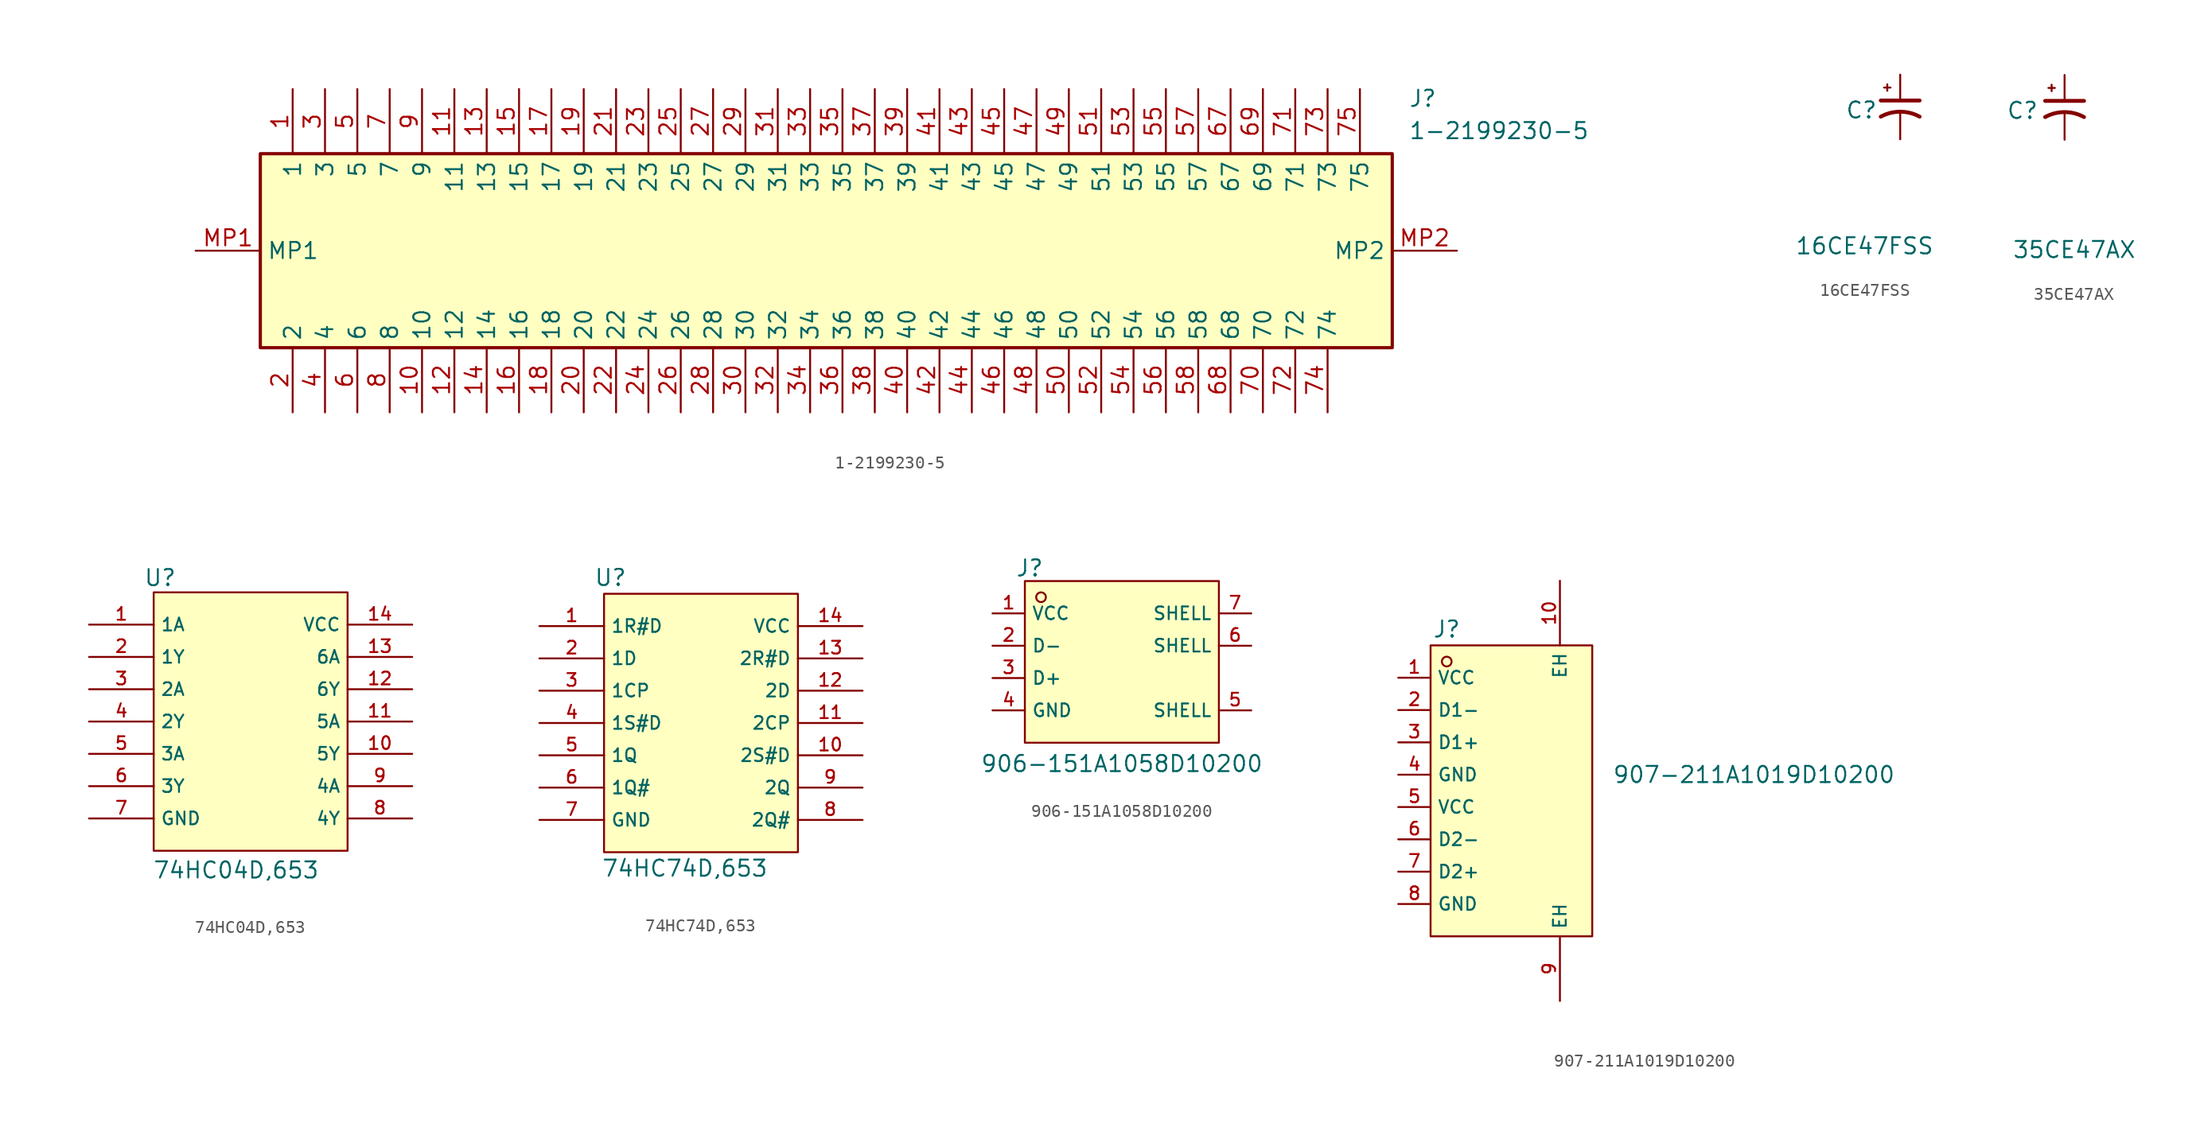
<source format=kicad_sym>
(kicad_symbol_lib
  (version 20241209)
  (generator "kicad_symbol_editor")
  (generator_version "9.0")
  (symbol "1-2199230-5"
    (property "Reference" "J"
      (at 95.25 12.7 0)
      (effects (font (size 1.27 1.27)) (justify left top)))
    (property "Value" "1-2199230-5"
      (at 95.25 10.16 0)
      (effects (font (size 1.27 1.27)) (justify left top)))
    (symbol "1-2199230-5_1_1"
      (rectangle (start 5.08 7.62) (end 93.98 -7.62) (stroke (width 0.254) (type default)) (fill (type background)))
      (pin passive line (at 0 0 0) (length 5.08) (name "MP1" (effects (font (size 1.27 1.27)))) (number "MP1" (effects (font (size 1.27 1.27)))))
      (pin passive line (at 7.62 12.7 270) (length 5.08) (name "1" (effects (font (size 1.27 1.27)))) (number "1" (effects (font (size 1.27 1.27)))))
      (pin passive line (at 7.62 -12.7 90) (length 5.08) (name "2" (effects (font (size 1.27 1.27)))) (number "2" (effects (font (size 1.27 1.27)))))
      (pin passive line (at 10.16 12.7 270) (length 5.08) (name "3" (effects (font (size 1.27 1.27)))) (number "3" (effects (font (size 1.27 1.27)))))
      (pin passive line (at 10.16 -12.7 90) (length 5.08) (name "4" (effects (font (size 1.27 1.27)))) (number "4" (effects (font (size 1.27 1.27)))))
      (pin passive line (at 12.7 12.7 270) (length 5.08) (name "5" (effects (font (size 1.27 1.27)))) (number "5" (effects (font (size 1.27 1.27)))))
      (pin passive line (at 12.7 -12.7 90) (length 5.08) (name "6" (effects (font (size 1.27 1.27)))) (number "6" (effects (font (size 1.27 1.27)))))
      (pin passive line (at 15.24 12.7 270) (length 5.08) (name "7" (effects (font (size 1.27 1.27)))) (number "7" (effects (font (size 1.27 1.27)))))
      (pin passive line (at 15.24 -12.7 90) (length 5.08) (name "8" (effects (font (size 1.27 1.27)))) (number "8" (effects (font (size 1.27 1.27)))))
      (pin passive line (at 17.78 12.7 270) (length 5.08) (name "9" (effects (font (size 1.27 1.27)))) (number "9" (effects (font (size 1.27 1.27)))))
      (pin passive line (at 17.78 -12.7 90) (length 5.08) (name "10" (effects (font (size 1.27 1.27)))) (number "10" (effects (font (size 1.27 1.27)))))
      (pin passive line (at 20.32 12.7 270) (length 5.08) (name "11" (effects (font (size 1.27 1.27)))) (number "11" (effects (font (size 1.27 1.27)))))
      (pin passive line (at 20.32 -12.7 90) (length 5.08) (name "12" (effects (font (size 1.27 1.27)))) (number "12" (effects (font (size 1.27 1.27)))))
      (pin passive line (at 22.86 12.7 270) (length 5.08) (name "13" (effects (font (size 1.27 1.27)))) (number "13" (effects (font (size 1.27 1.27)))))
      (pin passive line (at 22.86 -12.7 90) (length 5.08) (name "14" (effects (font (size 1.27 1.27)))) (number "14" (effects (font (size 1.27 1.27)))))
      (pin passive line (at 25.4 12.7 270) (length 5.08) (name "15" (effects (font (size 1.27 1.27)))) (number "15" (effects (font (size 1.27 1.27)))))
      (pin passive line (at 25.4 -12.7 90) (length 5.08) (name "16" (effects (font (size 1.27 1.27)))) (number "16" (effects (font (size 1.27 1.27)))))
      (pin passive line (at 27.94 12.7 270) (length 5.08) (name "17" (effects (font (size 1.27 1.27)))) (number "17" (effects (font (size 1.27 1.27)))))
      (pin passive line (at 27.94 -12.7 90) (length 5.08) (name "18" (effects (font (size 1.27 1.27)))) (number "18" (effects (font (size 1.27 1.27)))))
      (pin passive line (at 30.48 12.7 270) (length 5.08) (name "19" (effects (font (size 1.27 1.27)))) (number "19" (effects (font (size 1.27 1.27)))))
      (pin passive line (at 30.48 -12.7 90) (length 5.08) (name "20" (effects (font (size 1.27 1.27)))) (number "20" (effects (font (size 1.27 1.27)))))
      (pin passive line (at 33.02 12.7 270) (length 5.08) (name "21" (effects (font (size 1.27 1.27)))) (number "21" (effects (font (size 1.27 1.27)))))
      (pin passive line (at 33.02 -12.7 90) (length 5.08) (name "22" (effects (font (size 1.27 1.27)))) (number "22" (effects (font (size 1.27 1.27)))))
      (pin passive line (at 35.56 12.7 270) (length 5.08) (name "23" (effects (font (size 1.27 1.27)))) (number "23" (effects (font (size 1.27 1.27)))))
      (pin passive line (at 35.56 -12.7 90) (length 5.08) (name "24" (effects (font (size 1.27 1.27)))) (number "24" (effects (font (size 1.27 1.27)))))
      (pin passive line (at 38.1 12.7 270) (length 5.08) (name "25" (effects (font (size 1.27 1.27)))) (number "25" (effects (font (size 1.27 1.27)))))
      (pin passive line (at 38.1 -12.7 90) (length 5.08) (name "26" (effects (font (size 1.27 1.27)))) (number "26" (effects (font (size 1.27 1.27)))))
      (pin passive line (at 40.64 12.7 270) (length 5.08) (name "27" (effects (font (size 1.27 1.27)))) (number "27" (effects (font (size 1.27 1.27)))))
      (pin passive line (at 40.64 -12.7 90) (length 5.08) (name "28" (effects (font (size 1.27 1.27)))) (number "28" (effects (font (size 1.27 1.27)))))
      (pin passive line (at 43.18 12.7 270) (length 5.08) (name "29" (effects (font (size 1.27 1.27)))) (number "29" (effects (font (size 1.27 1.27)))))
      (pin passive line (at 43.18 -12.7 90) (length 5.08) (name "30" (effects (font (size 1.27 1.27)))) (number "30" (effects (font (size 1.27 1.27)))))
      (pin passive line (at 45.72 12.7 270) (length 5.08) (name "31" (effects (font (size 1.27 1.27)))) (number "31" (effects (font (size 1.27 1.27)))))
      (pin passive line (at 45.72 -12.7 90) (length 5.08) (name "32" (effects (font (size 1.27 1.27)))) (number "32" (effects (font (size 1.27 1.27)))))
      (pin passive line (at 48.26 12.7 270) (length 5.08) (name "33" (effects (font (size 1.27 1.27)))) (number "33" (effects (font (size 1.27 1.27)))))
      (pin passive line (at 48.26 -12.7 90) (length 5.08) (name "34" (effects (font (size 1.27 1.27)))) (number "34" (effects (font (size 1.27 1.27)))))
      (pin passive line (at 50.8 12.7 270) (length 5.08) (name "35" (effects (font (size 1.27 1.27)))) (number "35" (effects (font (size 1.27 1.27)))))
      (pin passive line (at 50.8 -12.7 90) (length 5.08) (name "36" (effects (font (size 1.27 1.27)))) (number "36" (effects (font (size 1.27 1.27)))))
      (pin passive line (at 53.34 12.7 270) (length 5.08) (name "37" (effects (font (size 1.27 1.27)))) (number "37" (effects (font (size 1.27 1.27)))))
      (pin passive line (at 53.34 -12.7 90) (length 5.08) (name "38" (effects (font (size 1.27 1.27)))) (number "38" (effects (font (size 1.27 1.27)))))
      (pin passive line (at 55.88 12.7 270) (length 5.08) (name "39" (effects (font (size 1.27 1.27)))) (number "39" (effects (font (size 1.27 1.27)))))
      (pin passive line (at 55.88 -12.7 90) (length 5.08) (name "40" (effects (font (size 1.27 1.27)))) (number "40" (effects (font (size 1.27 1.27)))))
      (pin passive line (at 58.42 12.7 270) (length 5.08) (name "41" (effects (font (size 1.27 1.27)))) (number "41" (effects (font (size 1.27 1.27)))))
      (pin passive line (at 58.42 -12.7 90) (length 5.08) (name "42" (effects (font (size 1.27 1.27)))) (number "42" (effects (font (size 1.27 1.27)))))
      (pin passive line (at 60.96 12.7 270) (length 5.08) (name "43" (effects (font (size 1.27 1.27)))) (number "43" (effects (font (size 1.27 1.27)))))
      (pin passive line (at 60.96 -12.7 90) (length 5.08) (name "44" (effects (font (size 1.27 1.27)))) (number "44" (effects (font (size 1.27 1.27)))))
      (pin passive line (at 63.5 12.7 270) (length 5.08) (name "45" (effects (font (size 1.27 1.27)))) (number "45" (effects (font (size 1.27 1.27)))))
      (pin passive line (at 63.5 -12.7 90) (length 5.08) (name "46" (effects (font (size 1.27 1.27)))) (number "46" (effects (font (size 1.27 1.27)))))
      (pin passive line (at 66.04 12.7 270) (length 5.08) (name "47" (effects (font (size 1.27 1.27)))) (number "47" (effects (font (size 1.27 1.27)))))
      (pin passive line (at 66.04 -12.7 90) (length 5.08) (name "48" (effects (font (size 1.27 1.27)))) (number "48" (effects (font (size 1.27 1.27)))))
      (pin passive line (at 68.58 12.7 270) (length 5.08) (name "49" (effects (font (size 1.27 1.27)))) (number "49" (effects (font (size 1.27 1.27)))))
      (pin passive line (at 68.58 -12.7 90) (length 5.08) (name "50" (effects (font (size 1.27 1.27)))) (number "50" (effects (font (size 1.27 1.27)))))
      (pin passive line (at 71.12 12.7 270) (length 5.08) (name "51" (effects (font (size 1.27 1.27)))) (number "51" (effects (font (size 1.27 1.27)))))
      (pin passive line (at 71.12 -12.7 90) (length 5.08) (name "52" (effects (font (size 1.27 1.27)))) (number "52" (effects (font (size 1.27 1.27)))))
      (pin passive line (at 73.66 12.7 270) (length 5.08) (name "53" (effects (font (size 1.27 1.27)))) (number "53" (effects (font (size 1.27 1.27)))))
      (pin passive line (at 73.66 -12.7 90) (length 5.08) (name "54" (effects (font (size 1.27 1.27)))) (number "54" (effects (font (size 1.27 1.27)))))
      (pin passive line (at 76.2 12.7 270) (length 5.08) (name "55" (effects (font (size 1.27 1.27)))) (number "55" (effects (font (size 1.27 1.27)))))
      (pin passive line (at 76.2 -12.7 90) (length 5.08) (name "56" (effects (font (size 1.27 1.27)))) (number "56" (effects (font (size 1.27 1.27)))))
      (pin passive line (at 78.74 12.7 270) (length 5.08) (name "57" (effects (font (size 1.27 1.27)))) (number "57" (effects (font (size 1.27 1.27)))))
      (pin passive line (at 78.74 -12.7 90) (length 5.08) (name "58" (effects (font (size 1.27 1.27)))) (number "58" (effects (font (size 1.27 1.27)))))
      (pin passive line (at 81.28 12.7 270) (length 5.08) (name "67" (effects (font (size 1.27 1.27)))) (number "67" (effects (font (size 1.27 1.27)))))
      (pin passive line (at 81.28 -12.7 90) (length 5.08) (name "68" (effects (font (size 1.27 1.27)))) (number "68" (effects (font (size 1.27 1.27)))))
      (pin passive line (at 83.82 12.7 270) (length 5.08) (name "69" (effects (font (size 1.27 1.27)))) (number "69" (effects (font (size 1.27 1.27)))))
      (pin passive line (at 83.82 -12.7 90) (length 5.08) (name "70" (effects (font (size 1.27 1.27)))) (number "70" (effects (font (size 1.27 1.27)))))
      (pin passive line (at 86.36 12.7 270) (length 5.08) (name "71" (effects (font (size 1.27 1.27)))) (number "71" (effects (font (size 1.27 1.27)))))
      (pin passive line (at 86.36 -12.7 90) (length 5.08) (name "72" (effects (font (size 1.27 1.27)))) (number "72" (effects (font (size 1.27 1.27)))))
      (pin passive line (at 88.9 12.7 270) (length 5.08) (name "73" (effects (font (size 1.27 1.27)))) (number "73" (effects (font (size 1.27 1.27)))))
      (pin passive line (at 88.9 -12.7 90) (length 5.08) (name "74" (effects (font (size 1.27 1.27)))) (number "74" (effects (font (size 1.27 1.27)))))
      (pin passive line (at 91.44 12.7 270) (length 5.08) (name "75" (effects (font (size 1.27 1.27)))) (number "75" (effects (font (size 1.27 1.27)))))
      (pin passive line (at 99.06 0 180) (length 5.08) (name "MP2" (effects (font (size 1.27 1.27)))) (number "MP2" (effects (font (size 1.27 1.27)))))))
  (symbol "16CE47FSS"
    (pin_numbers
      (hide yes))
    (pin_names
      (hide yes))
    (property "Reference" "C"
      (at -3.048 -0.254 0)
      (effects (font (size 1.27 1.27))))
    (property "Value" "16CE47FSS"
      (at -2.794 -10.922 0)
      (effects (font (size 1.27 1.27))))
    (symbol "16CE47FSS_0_1"
      (polyline (pts (xy -1.524 0.508) (xy 1.524 0.508)) (stroke (width 0.305) (type default)) (fill (type none)))
      (polyline (pts (xy -1.27 1.524) (xy -0.762 1.524)) (stroke (width 0) (type default)) (fill (type none)))
      (polyline (pts (xy -1.016 1.27) (xy -1.016 1.778)) (stroke (width 0) (type default)) (fill (type none)))
      (arc (start -1.524 -0.762) (mid 0 -0.3734) (end 1.524 -0.762) (stroke (width 0.3048) (type default)) (fill (type none))))
    (symbol "16CE47FSS_1_1"
      (pin passive line (at 0 2.54 270) (length 2.032) (name "~" (effects (font (size 1.27 1.27)))) (number "1" (effects (font (size 1.27 1.27)))))
      (pin passive line (at 0 -2.54 90) (length 2.032) (name "~" (effects (font (size 1.27 1.27)))) (number "2" (effects (font (size 1.27 1.27)))))))
  (symbol "35CE47AX"
    (pin_numbers
      (hide yes))
    (pin_names
      (hide yes))
    (property "Reference" "C"
      (at -3.302 -0.254 0)
      (effects (font (size 1.27 1.27))))
    (property "Value" "35CE47AX"
      (at 0.762 -11.176 0)
      (effects (font (size 1.27 1.27))))
    (symbol "35CE47AX_0_1"
      (polyline (pts (xy -1.524 0.508) (xy 1.524 0.508)) (stroke (width 0.305) (type default)) (fill (type none)))
      (polyline (pts (xy -1.27 1.524) (xy -0.762 1.524)) (stroke (width 0) (type default)) (fill (type none)))
      (polyline (pts (xy -1.016 1.27) (xy -1.016 1.778)) (stroke (width 0) (type default)) (fill (type none)))
      (arc (start -1.524 -0.762) (mid 0 -0.3734) (end 1.524 -0.762) (stroke (width 0.3048) (type default)) (fill (type none))))
    (symbol "35CE47AX_1_1"
      (pin passive line (at 0 2.54 270) (length 2.032) (name "~" (effects (font (size 1.27 1.27)))) (number "1" (effects (font (size 1.27 1.27)))))
      (pin passive line (at 0 -2.54 90) (length 2.032) (name "~" (effects (font (size 1.27 1.27)))) (number "2" (effects (font (size 1.27 1.27)))))))
  (symbol "74HC04D,653"
    (property "Reference" "U"
      (at -7.112 11.303 0)
      (effects (font (size 1.27 1.27))))
    (property "Value" "74HC04D,653"
      (at -1.143 -11.684 0)
      (effects (font (size 1.27 1.27))))
    (symbol "74HC04D,653_0_1"
      (rectangle (start -7.62 10.16) (end 7.62 -10.16) (stroke (width 0) (type default)) (fill (type background)))
      (pin unspecified line (at -12.7 7.62 0) (length 5.08) (name "1A" (effects (font (size 1 1)))) (number "1" (effects (font (size 1 1)))))
      (pin unspecified line (at -12.7 5.08 0) (length 5.08) (name "1Y" (effects (font (size 1 1)))) (number "2" (effects (font (size 1 1)))))
      (pin unspecified line (at -12.7 2.54 0) (length 5.08) (name "2A" (effects (font (size 1 1)))) (number "3" (effects (font (size 1 1)))))
      (pin unspecified line (at -12.7 0 0) (length 5.08) (name "2Y" (effects (font (size 1 1)))) (number "4" (effects (font (size 1 1)))))
      (pin unspecified line (at -12.7 -2.54 0) (length 5.08) (name "3A" (effects (font (size 1 1)))) (number "5" (effects (font (size 1 1)))))
      (pin unspecified line (at -12.7 -5.08 0) (length 5.08) (name "3Y" (effects (font (size 1 1)))) (number "6" (effects (font (size 1 1)))))
      (pin unspecified line (at -12.7 -7.62 0) (length 5.08) (name "GND" (effects (font (size 1 1)))) (number "7" (effects (font (size 1 1)))))
      (pin unspecified line (at 12.7 7.62 180) (length 5.08) (name "VCC" (effects (font (size 1 1)))) (number "14" (effects (font (size 1 1)))))
      (pin unspecified line (at 12.7 5.08 180) (length 5.08) (name "6A" (effects (font (size 1 1)))) (number "13" (effects (font (size 1 1)))))
      (pin unspecified line (at 12.7 2.54 180) (length 5.08) (name "6Y" (effects (font (size 1 1)))) (number "12" (effects (font (size 1 1)))))
      (pin unspecified line (at 12.7 0 180) (length 5.08) (name "5A" (effects (font (size 1 1)))) (number "11" (effects (font (size 1 1)))))
      (pin unspecified line (at 12.7 -2.54 180) (length 5.08) (name "5Y" (effects (font (size 1 1)))) (number "10" (effects (font (size 1 1)))))
      (pin unspecified line (at 12.7 -5.08 180) (length 5.08) (name "4A" (effects (font (size 1 1)))) (number "9" (effects (font (size 1 1)))))
      (pin unspecified line (at 12.7 -7.62 180) (length 5.08) (name "4Y" (effects (font (size 1 1)))) (number "8" (effects (font (size 1 1)))))))
  (symbol "74HC74D,653"
    (property "Reference" "U"
      (at -6.858 11.557 0)
      (effects (font (size 1.27 1.27))))
    (property "Value" "74HC74D,653"
      (at -1.016 -11.303 0)
      (effects (font (size 1.27 1.27))))
    (symbol "74HC74D,653_0_1"
      (rectangle (start -7.366 10.287) (end 7.874 -10.033) (stroke (width 0) (type default)) (fill (type background)))
      (pin unspecified line (at -12.446 7.747 0) (length 5.08) (name "1R#D" (effects (font (size 1 1)))) (number "1" (effects (font (size 1 1)))))
      (pin unspecified line (at -12.446 5.207 0) (length 5.08) (name "1D" (effects (font (size 1 1)))) (number "2" (effects (font (size 1 1)))))
      (pin unspecified line (at -12.446 2.667 0) (length 5.08) (name "1CP" (effects (font (size 1 1)))) (number "3" (effects (font (size 1 1)))))
      (pin unspecified line (at -12.446 0.127 0) (length 5.08) (name "1S#D" (effects (font (size 1 1)))) (number "4" (effects (font (size 1 1)))))
      (pin unspecified line (at -12.446 -2.413 0) (length 5.08) (name "1Q" (effects (font (size 1 1)))) (number "5" (effects (font (size 1 1)))))
      (pin unspecified line (at -12.446 -4.953 0) (length 5.08) (name "1Q#" (effects (font (size 1 1)))) (number "6" (effects (font (size 1 1)))))
      (pin unspecified line (at -12.446 -7.493 0) (length 5.08) (name "GND" (effects (font (size 1 1)))) (number "7" (effects (font (size 1 1)))))
      (pin unspecified line (at 12.954 7.747 180) (length 5.08) (name "VCC" (effects (font (size 1 1)))) (number "14" (effects (font (size 1 1)))))
      (pin unspecified line (at 12.954 5.207 180) (length 5.08) (name "2R#D" (effects (font (size 1 1)))) (number "13" (effects (font (size 1 1)))))
      (pin unspecified line (at 12.954 2.667 180) (length 5.08) (name "2D" (effects (font (size 1 1)))) (number "12" (effects (font (size 1 1)))))
      (pin unspecified line (at 12.954 0.127 180) (length 5.08) (name "2CP" (effects (font (size 1 1)))) (number "11" (effects (font (size 1 1)))))
      (pin unspecified line (at 12.954 -2.413 180) (length 5.08) (name "2S#D" (effects (font (size 1 1)))) (number "10" (effects (font (size 1 1)))))
      (pin unspecified line (at 12.954 -4.953 180) (length 5.08) (name "2Q" (effects (font (size 1 1)))) (number "9" (effects (font (size 1 1)))))
      (pin unspecified line (at 12.954 -7.493 180) (length 5.08) (name "2Q#" (effects (font (size 1 1)))) (number "8" (effects (font (size 1 1)))))))
  (symbol "906-151A1058D10200"
    (property "Reference" "J"
      (at -7.239 8.636 0)
      (effects (font (size 1.27 1.27))))
    (property "Value" "906-151A1058D10200"
      (at 0 -6.731 0)
      (effects (font (size 1.27 1.27))))
    (symbol "906-151A1058D10200_0_1"
      (rectangle (start -7.62 7.62) (end 7.62 -5.08) (stroke (width 0) (type default)) (fill (type background)))
      (circle (center -6.35 6.35) (radius 0.381) (stroke (width 0) (type default)) (fill (type background)))
      (pin unspecified line (at -10.16 5.08 0) (length 2.54) (name "VCC" (effects (font (size 1 1)))) (number "1" (effects (font (size 1 1)))))
      (pin unspecified line (at -10.16 2.54 0) (length 2.54) (name "D-" (effects (font (size 1 1)))) (number "2" (effects (font (size 1 1)))))
      (pin unspecified line (at -10.16 0 0) (length 2.54) (name "D+" (effects (font (size 1 1)))) (number "3" (effects (font (size 1 1)))))
      (pin unspecified line (at -10.16 -2.54 0) (length 2.54) (name "GND" (effects (font (size 1 1)))) (number "4" (effects (font (size 1 1)))))
      (pin unspecified line (at 10.16 5.08 180) (length 2.54) (name "SHELL" (effects (font (size 1 1)))) (number "7" (effects (font (size 1 1)))))
      (pin unspecified line (at 10.16 2.54 180) (length 2.54) (name "SHELL" (effects (font (size 1 1)))) (number "6" (effects (font (size 1 1)))))
      (pin unspecified line (at 10.16 -2.54 180) (length 2.54) (name "SHELL" (effects (font (size 1 1)))) (number "5" (effects (font (size 1 1)))))))
  (symbol "907-211A1019D10200"
    (property "Reference" "J"
      (at -8.89 13.97 0)
      (effects (font (size 1.27 1.27))))
    (property "Value" "907-211A1019D10200"
      (at 15.24 2.54 0)
      (effects (font (size 1.27 1.27))))
    (symbol "907-211A1019D10200_0_1"
      (rectangle (start -10.16 12.7) (end 2.54 -10.16) (stroke (width 0) (type default)) (fill (type background)))
      (circle (center -8.89 11.43) (radius 0.381) (stroke (width 0) (type default)) (fill (type background)))
      (pin unspecified line (at -12.7 10.16 0) (length 2.54) (name "VCC" (effects (font (size 1 1)))) (number "1" (effects (font (size 1 1)))))
      (pin unspecified line (at -12.7 7.62 0) (length 2.54) (name "D1-" (effects (font (size 1 1)))) (number "2" (effects (font (size 1 1)))))
      (pin unspecified line (at -12.7 5.08 0) (length 2.54) (name "D1+" (effects (font (size 1 1)))) (number "3" (effects (font (size 1 1)))))
      (pin unspecified line (at -12.7 2.54 0) (length 2.54) (name "GND" (effects (font (size 1 1)))) (number "4" (effects (font (size 1 1)))))
      (pin unspecified line (at -12.7 0 0) (length 2.54) (name "VCC" (effects (font (size 1 1)))) (number "5" (effects (font (size 1 1)))))
      (pin unspecified line (at -12.7 -2.54 0) (length 2.54) (name "D2-" (effects (font (size 1 1)))) (number "6" (effects (font (size 1 1)))))
      (pin unspecified line (at -12.7 -5.08 0) (length 2.54) (name "D2+" (effects (font (size 1 1)))) (number "7" (effects (font (size 1 1)))))
      (pin unspecified line (at -12.7 -7.62 0) (length 2.54) (name "GND" (effects (font (size 1 1)))) (number "8" (effects (font (size 1 1)))))
      (pin unspecified line (at 0 17.78 270) (length 5.08) (name "EH" (effects (font (size 1 1)))) (number "10" (effects (font (size 1 1)))))
      (pin unspecified line (at 0 -15.24 90) (length 5.08) (name "EH" (effects (font (size 1 1)))) (number "9" (effects (font (size 1 1))))))))
</source>
